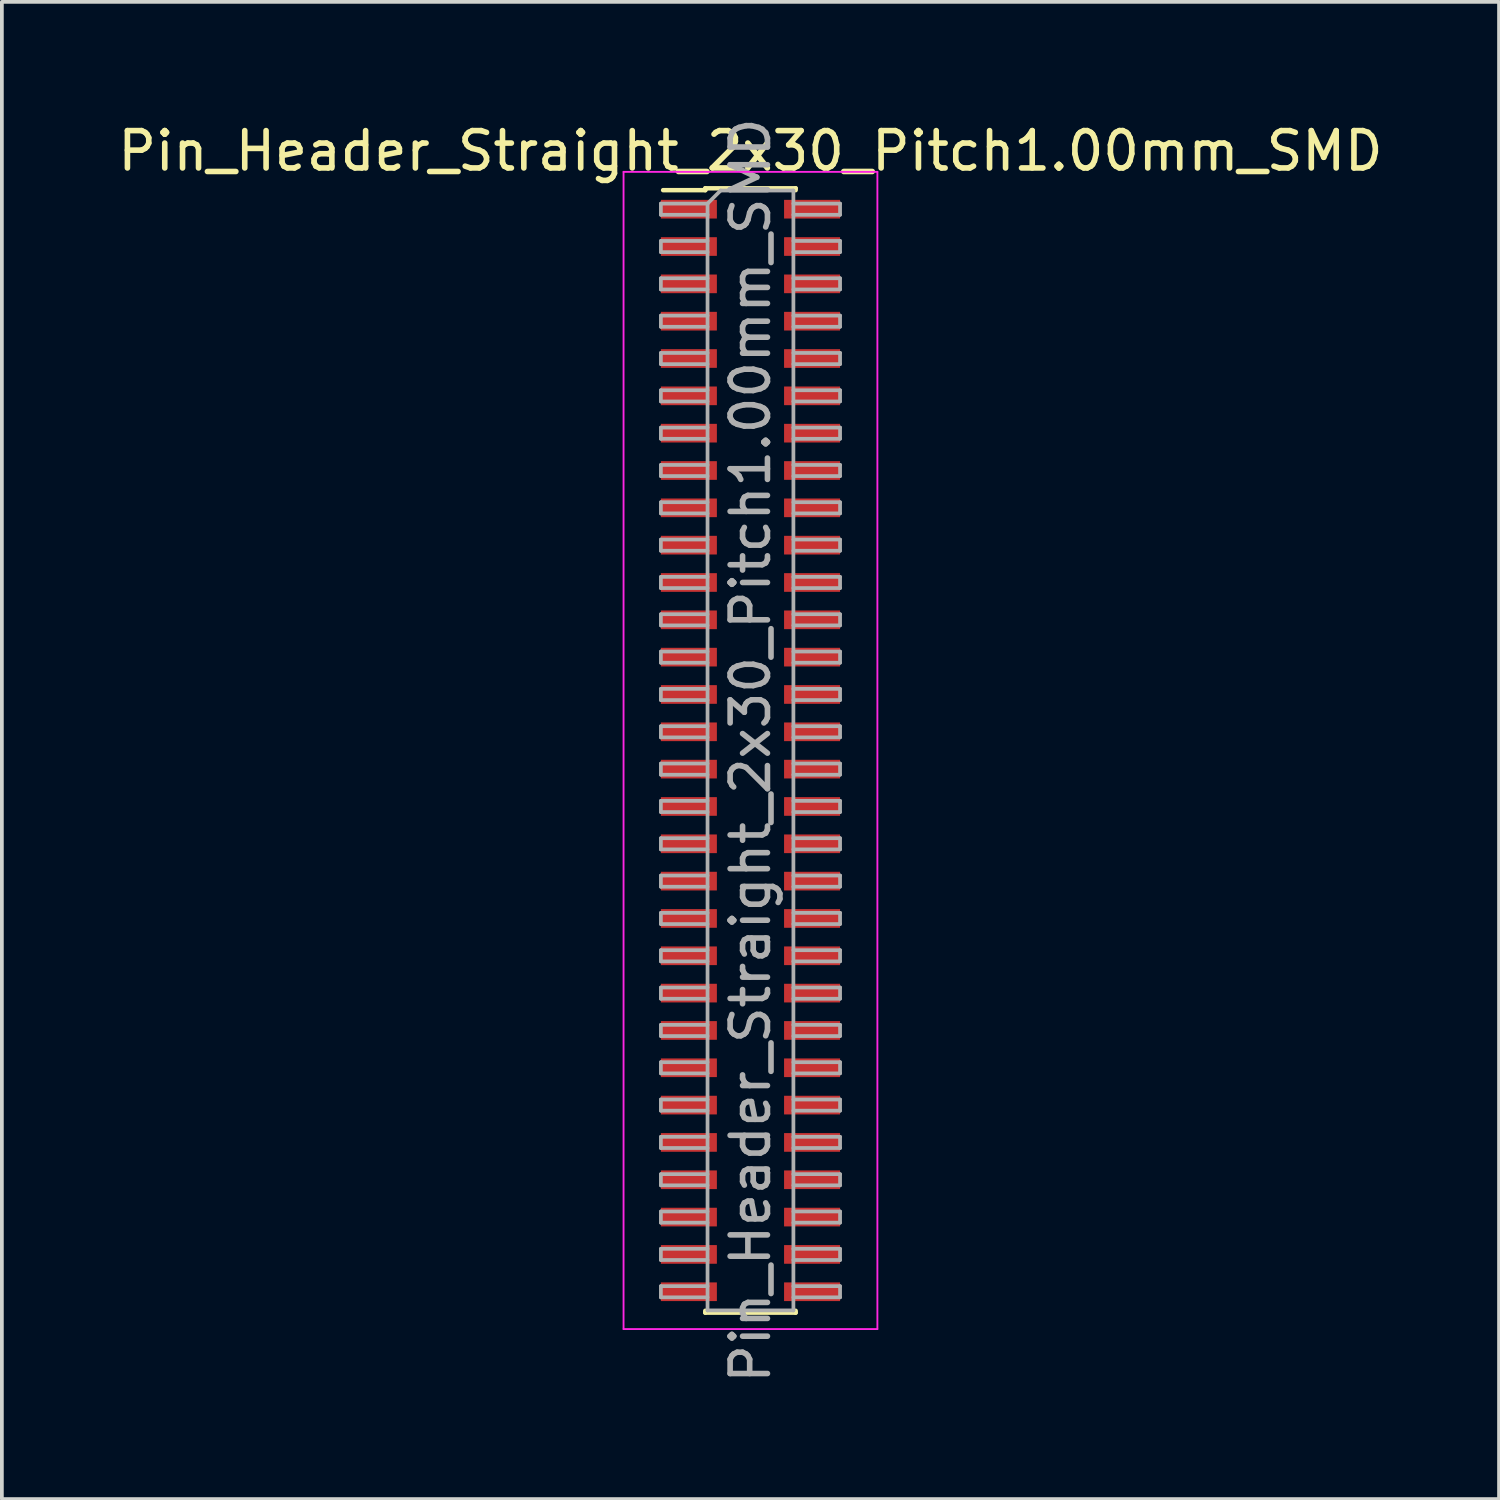
<source format=kicad_pcb>
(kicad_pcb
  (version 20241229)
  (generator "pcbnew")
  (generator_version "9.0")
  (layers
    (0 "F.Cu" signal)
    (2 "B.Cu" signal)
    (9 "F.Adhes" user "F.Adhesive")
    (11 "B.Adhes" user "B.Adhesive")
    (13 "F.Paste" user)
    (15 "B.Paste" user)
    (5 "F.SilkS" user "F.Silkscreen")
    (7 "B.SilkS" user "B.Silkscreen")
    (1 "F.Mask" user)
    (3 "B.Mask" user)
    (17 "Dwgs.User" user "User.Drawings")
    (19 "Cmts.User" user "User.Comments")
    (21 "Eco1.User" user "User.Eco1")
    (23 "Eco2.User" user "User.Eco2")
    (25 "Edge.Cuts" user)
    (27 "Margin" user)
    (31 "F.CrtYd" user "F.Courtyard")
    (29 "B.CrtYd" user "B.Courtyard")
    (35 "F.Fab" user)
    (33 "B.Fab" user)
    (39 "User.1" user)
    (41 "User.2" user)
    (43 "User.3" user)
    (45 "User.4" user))
  (footprint "Pin_Header_Straight_2x30_Pitch1.00mm_SMD"
    (layer "F.Cu")
    (at 17.054 17.054)
    (property "Reference" "Pin_Header_Straight_2x30_Pitch1.00mm_SMD" (at 0 -16.06 0) (layer "F.SilkS") (effects (font (size 1 1) (thickness 0.15))))
    (attr smd)
    (fp_line (start -2.34 -15.01) (end -1.21 -15.01) (stroke (width 0.12) (type solid)) (layer "F.SilkS"))
    (fp_line (start -1.21 -15.06) (end -1.21 -15.01) (stroke (width 0.12) (type solid)) (layer "F.SilkS"))
    (fp_line (start -1.21 -15.06) (end 1.21 -15.06) (stroke (width 0.12) (type solid)) (layer "F.SilkS"))
    (fp_line (start -1.21 15.01) (end -1.21 15.06) (stroke (width 0.12) (type solid)) (layer "F.SilkS"))
    (fp_line (start -1.21 15.06) (end 1.21 15.06) (stroke (width 0.12) (type solid)) (layer "F.SilkS"))
    (fp_line (start 1.21 -15.06) (end 1.21 -15.01) (stroke (width 0.12) (type solid)) (layer "F.SilkS"))
    (fp_line (start 1.21 15.01) (end 1.21 15.06) (stroke (width 0.12) (type solid)) (layer "F.SilkS"))
    (fp_line (start -3.4 -15.5) (end -3.4 15.5) (stroke (width 0.05) (type solid)) (layer "F.CrtYd"))
    (fp_line (start -3.4 15.5) (end 3.4 15.5) (stroke (width 0.05) (type solid)) (layer "F.CrtYd"))
    (fp_line (start 3.4 -15.5) (end -3.4 -15.5) (stroke (width 0.05) (type solid)) (layer "F.CrtYd"))
    (fp_line (start 3.4 15.5) (end 3.4 -15.5) (stroke (width 0.05) (type solid)) (layer "F.CrtYd"))
    (fp_line (start -2.4 -14.65) (end -2.4 -14.35) (stroke (width 0.1) (type solid)) (layer "F.Fab"))
    (fp_line (start -2.4 -14.35) (end -1.15 -14.35) (stroke (width 0.1) (type solid)) (layer "F.Fab"))
    (fp_line (start -2.4 -13.65) (end -2.4 -13.35) (stroke (width 0.1) (type solid)) (layer "F.Fab"))
    (fp_line (start -2.4 -13.35) (end -1.15 -13.35) (stroke (width 0.1) (type solid)) (layer "F.Fab"))
    (fp_line (start -2.4 -12.65) (end -2.4 -12.35) (stroke (width 0.1) (type solid)) (layer "F.Fab"))
    (fp_line (start -2.4 -12.35) (end -1.15 -12.35) (stroke (width 0.1) (type solid)) (layer "F.Fab"))
    (fp_line (start -2.4 -11.65) (end -2.4 -11.35) (stroke (width 0.1) (type solid)) (layer "F.Fab"))
    (fp_line (start -2.4 -11.35) (end -1.15 -11.35) (stroke (width 0.1) (type solid)) (layer "F.Fab"))
    (fp_line (start -2.4 -10.65) (end -2.4 -10.35) (stroke (width 0.1) (type solid)) (layer "F.Fab"))
    (fp_line (start -2.4 -10.35) (end -1.15 -10.35) (stroke (width 0.1) (type solid)) (layer "F.Fab"))
    (fp_line (start -2.4 -9.65) (end -2.4 -9.35) (stroke (width 0.1) (type solid)) (layer "F.Fab"))
    (fp_line (start -2.4 -9.35) (end -1.15 -9.35) (stroke (width 0.1) (type solid)) (layer "F.Fab"))
    (fp_line (start -2.4 -8.65) (end -2.4 -8.35) (stroke (width 0.1) (type solid)) (layer "F.Fab"))
    (fp_line (start -2.4 -8.35) (end -1.15 -8.35) (stroke (width 0.1) (type solid)) (layer "F.Fab"))
    (fp_line (start -2.4 -7.65) (end -2.4 -7.35) (stroke (width 0.1) (type solid)) (layer "F.Fab"))
    (fp_line (start -2.4 -7.35) (end -1.15 -7.35) (stroke (width 0.1) (type solid)) (layer "F.Fab"))
    (fp_line (start -2.4 -6.65) (end -2.4 -6.35) (stroke (width 0.1) (type solid)) (layer "F.Fab"))
    (fp_line (start -2.4 -6.35) (end -1.15 -6.35) (stroke (width 0.1) (type solid)) (layer "F.Fab"))
    (fp_line (start -2.4 -5.65) (end -2.4 -5.35) (stroke (width 0.1) (type solid)) (layer "F.Fab"))
    (fp_line (start -2.4 -5.35) (end -1.15 -5.35) (stroke (width 0.1) (type solid)) (layer "F.Fab"))
    (fp_line (start -2.4 -4.65) (end -2.4 -4.35) (stroke (width 0.1) (type solid)) (layer "F.Fab"))
    (fp_line (start -2.4 -4.35) (end -1.15 -4.35) (stroke (width 0.1) (type solid)) (layer "F.Fab"))
    (fp_line (start -2.4 -3.65) (end -2.4 -3.35) (stroke (width 0.1) (type solid)) (layer "F.Fab"))
    (fp_line (start -2.4 -3.35) (end -1.15 -3.35) (stroke (width 0.1) (type solid)) (layer "F.Fab"))
    (fp_line (start -2.4 -2.65) (end -2.4 -2.35) (stroke (width 0.1) (type solid)) (layer "F.Fab"))
    (fp_line (start -2.4 -2.35) (end -1.15 -2.35) (stroke (width 0.1) (type solid)) (layer "F.Fab"))
    (fp_line (start -2.4 -1.65) (end -2.4 -1.35) (stroke (width 0.1) (type solid)) (layer "F.Fab"))
    (fp_line (start -2.4 -1.35) (end -1.15 -1.35) (stroke (width 0.1) (type solid)) (layer "F.Fab"))
    (fp_line (start -2.4 -0.65) (end -2.4 -0.35) (stroke (width 0.1) (type solid)) (layer "F.Fab"))
    (fp_line (start -2.4 -0.35) (end -1.15 -0.35) (stroke (width 0.1) (type solid)) (layer "F.Fab"))
    (fp_line (start -2.4 0.35) (end -2.4 0.65) (stroke (width 0.1) (type solid)) (layer "F.Fab"))
    (fp_line (start -2.4 0.65) (end -1.15 0.65) (stroke (width 0.1) (type solid)) (layer "F.Fab"))
    (fp_line (start -2.4 1.35) (end -2.4 1.65) (stroke (width 0.1) (type solid)) (layer "F.Fab"))
    (fp_line (start -2.4 1.65) (end -1.15 1.65) (stroke (width 0.1) (type solid)) (layer "F.Fab"))
    (fp_line (start -2.4 2.35) (end -2.4 2.65) (stroke (width 0.1) (type solid)) (layer "F.Fab"))
    (fp_line (start -2.4 2.65) (end -1.15 2.65) (stroke (width 0.1) (type solid)) (layer "F.Fab"))
    (fp_line (start -2.4 3.35) (end -2.4 3.65) (stroke (width 0.1) (type solid)) (layer "F.Fab"))
    (fp_line (start -2.4 3.65) (end -1.15 3.65) (stroke (width 0.1) (type solid)) (layer "F.Fab"))
    (fp_line (start -2.4 4.35) (end -2.4 4.65) (stroke (width 0.1) (type solid)) (layer "F.Fab"))
    (fp_line (start -2.4 4.65) (end -1.15 4.65) (stroke (width 0.1) (type solid)) (layer "F.Fab"))
    (fp_line (start -2.4 5.35) (end -2.4 5.65) (stroke (width 0.1) (type solid)) (layer "F.Fab"))
    (fp_line (start -2.4 5.65) (end -1.15 5.65) (stroke (width 0.1) (type solid)) (layer "F.Fab"))
    (fp_line (start -2.4 6.35) (end -2.4 6.65) (stroke (width 0.1) (type solid)) (layer "F.Fab"))
    (fp_line (start -2.4 6.65) (end -1.15 6.65) (stroke (width 0.1) (type solid)) (layer "F.Fab"))
    (fp_line (start -2.4 7.35) (end -2.4 7.65) (stroke (width 0.1) (type solid)) (layer "F.Fab"))
    (fp_line (start -2.4 7.65) (end -1.15 7.65) (stroke (width 0.1) (type solid)) (layer "F.Fab"))
    (fp_line (start -2.4 8.35) (end -2.4 8.65) (stroke (width 0.1) (type solid)) (layer "F.Fab"))
    (fp_line (start -2.4 8.65) (end -1.15 8.65) (stroke (width 0.1) (type solid)) (layer "F.Fab"))
    (fp_line (start -2.4 9.35) (end -2.4 9.65) (stroke (width 0.1) (type solid)) (layer "F.Fab"))
    (fp_line (start -2.4 9.65) (end -1.15 9.65) (stroke (width 0.1) (type solid)) (layer "F.Fab"))
    (fp_line (start -2.4 10.35) (end -2.4 10.65) (stroke (width 0.1) (type solid)) (layer "F.Fab"))
    (fp_line (start -2.4 10.65) (end -1.15 10.65) (stroke (width 0.1) (type solid)) (layer "F.Fab"))
    (fp_line (start -2.4 11.35) (end -2.4 11.65) (stroke (width 0.1) (type solid)) (layer "F.Fab"))
    (fp_line (start -2.4 11.65) (end -1.15 11.65) (stroke (width 0.1) (type solid)) (layer "F.Fab"))
    (fp_line (start -2.4 12.35) (end -2.4 12.65) (stroke (width 0.1) (type solid)) (layer "F.Fab"))
    (fp_line (start -2.4 12.65) (end -1.15 12.65) (stroke (width 0.1) (type solid)) (layer "F.Fab"))
    (fp_line (start -2.4 13.35) (end -2.4 13.65) (stroke (width 0.1) (type solid)) (layer "F.Fab"))
    (fp_line (start -2.4 13.65) (end -1.15 13.65) (stroke (width 0.1) (type solid)) (layer "F.Fab"))
    (fp_line (start -2.4 14.35) (end -2.4 14.65) (stroke (width 0.1) (type solid)) (layer "F.Fab"))
    (fp_line (start -2.4 14.65) (end -1.15 14.65) (stroke (width 0.1) (type solid)) (layer "F.Fab"))
    (fp_line (start -1.15 -14.65) (end -2.4 -14.65) (stroke (width 0.1) (type solid)) (layer "F.Fab"))
    (fp_line (start -1.15 -14.65) (end -0.8 -15) (stroke (width 0.1) (type solid)) (layer "F.Fab"))
    (fp_line (start -1.15 -13.65) (end -2.4 -13.65) (stroke (width 0.1) (type solid)) (layer "F.Fab"))
    (fp_line (start -1.15 -12.65) (end -2.4 -12.65) (stroke (width 0.1) (type solid)) (layer "F.Fab"))
    (fp_line (start -1.15 -11.65) (end -2.4 -11.65) (stroke (width 0.1) (type solid)) (layer "F.Fab"))
    (fp_line (start -1.15 -10.65) (end -2.4 -10.65) (stroke (width 0.1) (type solid)) (layer "F.Fab"))
    (fp_line (start -1.15 -9.65) (end -2.4 -9.65) (stroke (width 0.1) (type solid)) (layer "F.Fab"))
    (fp_line (start -1.15 -8.65) (end -2.4 -8.65) (stroke (width 0.1) (type solid)) (layer "F.Fab"))
    (fp_line (start -1.15 -7.65) (end -2.4 -7.65) (stroke (width 0.1) (type solid)) (layer "F.Fab"))
    (fp_line (start -1.15 -6.65) (end -2.4 -6.65) (stroke (width 0.1) (type solid)) (layer "F.Fab"))
    (fp_line (start -1.15 -5.65) (end -2.4 -5.65) (stroke (width 0.1) (type solid)) (layer "F.Fab"))
    (fp_line (start -1.15 -4.65) (end -2.4 -4.65) (stroke (width 0.1) (type solid)) (layer "F.Fab"))
    (fp_line (start -1.15 -3.65) (end -2.4 -3.65) (stroke (width 0.1) (type solid)) (layer "F.Fab"))
    (fp_line (start -1.15 -2.65) (end -2.4 -2.65) (stroke (width 0.1) (type solid)) (layer "F.Fab"))
    (fp_line (start -1.15 -1.65) (end -2.4 -1.65) (stroke (width 0.1) (type solid)) (layer "F.Fab"))
    (fp_line (start -1.15 -0.65) (end -2.4 -0.65) (stroke (width 0.1) (type solid)) (layer "F.Fab"))
    (fp_line (start -1.15 0.35) (end -2.4 0.35) (stroke (width 0.1) (type solid)) (layer "F.Fab"))
    (fp_line (start -1.15 1.35) (end -2.4 1.35) (stroke (width 0.1) (type solid)) (layer "F.Fab"))
    (fp_line (start -1.15 2.35) (end -2.4 2.35) (stroke (width 0.1) (type solid)) (layer "F.Fab"))
    (fp_line (start -1.15 3.35) (end -2.4 3.35) (stroke (width 0.1) (type solid)) (layer "F.Fab"))
    (fp_line (start -1.15 4.35) (end -2.4 4.35) (stroke (width 0.1) (type solid)) (layer "F.Fab"))
    (fp_line (start -1.15 5.35) (end -2.4 5.35) (stroke (width 0.1) (type solid)) (layer "F.Fab"))
    (fp_line (start -1.15 6.35) (end -2.4 6.35) (stroke (width 0.1) (type solid)) (layer "F.Fab"))
    (fp_line (start -1.15 7.35) (end -2.4 7.35) (stroke (width 0.1) (type solid)) (layer "F.Fab"))
    (fp_line (start -1.15 8.35) (end -2.4 8.35) (stroke (width 0.1) (type solid)) (layer "F.Fab"))
    (fp_line (start -1.15 9.35) (end -2.4 9.35) (stroke (width 0.1) (type solid)) (layer "F.Fab"))
    (fp_line (start -1.15 10.35) (end -2.4 10.35) (stroke (width 0.1) (type solid)) (layer "F.Fab"))
    (fp_line (start -1.15 11.35) (end -2.4 11.35) (stroke (width 0.1) (type solid)) (layer "F.Fab"))
    (fp_line (start -1.15 12.35) (end -2.4 12.35) (stroke (width 0.1) (type solid)) (layer "F.Fab"))
    (fp_line (start -1.15 13.35) (end -2.4 13.35) (stroke (width 0.1) (type solid)) (layer "F.Fab"))
    (fp_line (start -1.15 14.35) (end -2.4 14.35) (stroke (width 0.1) (type solid)) (layer "F.Fab"))
    (fp_line (start -1.15 15) (end -1.15 -14.65) (stroke (width 0.1) (type solid)) (layer "F.Fab"))
    (fp_line (start -0.8 -15) (end 1.15 -15) (stroke (width 0.1) (type solid)) (layer "F.Fab"))
    (fp_line (start 1.15 -15) (end 1.15 15) (stroke (width 0.1) (type solid)) (layer "F.Fab"))
    (fp_line (start 1.15 -14.65) (end 2.4 -14.65) (stroke (width 0.1) (type solid)) (layer "F.Fab"))
    (fp_line (start 1.15 -13.65) (end 2.4 -13.65) (stroke (width 0.1) (type solid)) (layer "F.Fab"))
    (fp_line (start 1.15 -12.65) (end 2.4 -12.65) (stroke (width 0.1) (type solid)) (layer "F.Fab"))
    (fp_line (start 1.15 -11.65) (end 2.4 -11.65) (stroke (width 0.1) (type solid)) (layer "F.Fab"))
    (fp_line (start 1.15 -10.65) (end 2.4 -10.65) (stroke (width 0.1) (type solid)) (layer "F.Fab"))
    (fp_line (start 1.15 -9.65) (end 2.4 -9.65) (stroke (width 0.1) (type solid)) (layer "F.Fab"))
    (fp_line (start 1.15 -8.65) (end 2.4 -8.65) (stroke (width 0.1) (type solid)) (layer "F.Fab"))
    (fp_line (start 1.15 -7.65) (end 2.4 -7.65) (stroke (width 0.1) (type solid)) (layer "F.Fab"))
    (fp_line (start 1.15 -6.65) (end 2.4 -6.65) (stroke (width 0.1) (type solid)) (layer "F.Fab"))
    (fp_line (start 1.15 -5.65) (end 2.4 -5.65) (stroke (width 0.1) (type solid)) (layer "F.Fab"))
    (fp_line (start 1.15 -4.65) (end 2.4 -4.65) (stroke (width 0.1) (type solid)) (layer "F.Fab"))
    (fp_line (start 1.15 -3.65) (end 2.4 -3.65) (stroke (width 0.1) (type solid)) (layer "F.Fab"))
    (fp_line (start 1.15 -2.65) (end 2.4 -2.65) (stroke (width 0.1) (type solid)) (layer "F.Fab"))
    (fp_line (start 1.15 -1.65) (end 2.4 -1.65) (stroke (width 0.1) (type solid)) (layer "F.Fab"))
    (fp_line (start 1.15 -0.65) (end 2.4 -0.65) (stroke (width 0.1) (type solid)) (layer "F.Fab"))
    (fp_line (start 1.15 0.35) (end 2.4 0.35) (stroke (width 0.1) (type solid)) (layer "F.Fab"))
    (fp_line (start 1.15 1.35) (end 2.4 1.35) (stroke (width 0.1) (type solid)) (layer "F.Fab"))
    (fp_line (start 1.15 2.35) (end 2.4 2.35) (stroke (width 0.1) (type solid)) (layer "F.Fab"))
    (fp_line (start 1.15 3.35) (end 2.4 3.35) (stroke (width 0.1) (type solid)) (layer "F.Fab"))
    (fp_line (start 1.15 4.35) (end 2.4 4.35) (stroke (width 0.1) (type solid)) (layer "F.Fab"))
    (fp_line (start 1.15 5.35) (end 2.4 5.35) (stroke (width 0.1) (type solid)) (layer "F.Fab"))
    (fp_line (start 1.15 6.35) (end 2.4 6.35) (stroke (width 0.1) (type solid)) (layer "F.Fab"))
    (fp_line (start 1.15 7.35) (end 2.4 7.35) (stroke (width 0.1) (type solid)) (layer "F.Fab"))
    (fp_line (start 1.15 8.35) (end 2.4 8.35) (stroke (width 0.1) (type solid)) (layer "F.Fab"))
    (fp_line (start 1.15 9.35) (end 2.4 9.35) (stroke (width 0.1) (type solid)) (layer "F.Fab"))
    (fp_line (start 1.15 10.35) (end 2.4 10.35) (stroke (width 0.1) (type solid)) (layer "F.Fab"))
    (fp_line (start 1.15 11.35) (end 2.4 11.35) (stroke (width 0.1) (type solid)) (layer "F.Fab"))
    (fp_line (start 1.15 12.35) (end 2.4 12.35) (stroke (width 0.1) (type solid)) (layer "F.Fab"))
    (fp_line (start 1.15 13.35) (end 2.4 13.35) (stroke (width 0.1) (type solid)) (layer "F.Fab"))
    (fp_line (start 1.15 14.35) (end 2.4 14.35) (stroke (width 0.1) (type solid)) (layer "F.Fab"))
    (fp_line (start 1.15 15) (end -1.15 15) (stroke (width 0.1) (type solid)) (layer "F.Fab"))
    (fp_line (start 2.4 -14.65) (end 2.4 -14.35) (stroke (width 0.1) (type solid)) (layer "F.Fab"))
    (fp_line (start 2.4 -14.35) (end 1.15 -14.35) (stroke (width 0.1) (type solid)) (layer "F.Fab"))
    (fp_line (start 2.4 -13.65) (end 2.4 -13.35) (stroke (width 0.1) (type solid)) (layer "F.Fab"))
    (fp_line (start 2.4 -13.35) (end 1.15 -13.35) (stroke (width 0.1) (type solid)) (layer "F.Fab"))
    (fp_line (start 2.4 -12.65) (end 2.4 -12.35) (stroke (width 0.1) (type solid)) (layer "F.Fab"))
    (fp_line (start 2.4 -12.35) (end 1.15 -12.35) (stroke (width 0.1) (type solid)) (layer "F.Fab"))
    (fp_line (start 2.4 -11.65) (end 2.4 -11.35) (stroke (width 0.1) (type solid)) (layer "F.Fab"))
    (fp_line (start 2.4 -11.35) (end 1.15 -11.35) (stroke (width 0.1) (type solid)) (layer "F.Fab"))
    (fp_line (start 2.4 -10.65) (end 2.4 -10.35) (stroke (width 0.1) (type solid)) (layer "F.Fab"))
    (fp_line (start 2.4 -10.35) (end 1.15 -10.35) (stroke (width 0.1) (type solid)) (layer "F.Fab"))
    (fp_line (start 2.4 -9.65) (end 2.4 -9.35) (stroke (width 0.1) (type solid)) (layer "F.Fab"))
    (fp_line (start 2.4 -9.35) (end 1.15 -9.35) (stroke (width 0.1) (type solid)) (layer "F.Fab"))
    (fp_line (start 2.4 -8.65) (end 2.4 -8.35) (stroke (width 0.1) (type solid)) (layer "F.Fab"))
    (fp_line (start 2.4 -8.35) (end 1.15 -8.35) (stroke (width 0.1) (type solid)) (layer "F.Fab"))
    (fp_line (start 2.4 -7.65) (end 2.4 -7.35) (stroke (width 0.1) (type solid)) (layer "F.Fab"))
    (fp_line (start 2.4 -7.35) (end 1.15 -7.35) (stroke (width 0.1) (type solid)) (layer "F.Fab"))
    (fp_line (start 2.4 -6.65) (end 2.4 -6.35) (stroke (width 0.1) (type solid)) (layer "F.Fab"))
    (fp_line (start 2.4 -6.35) (end 1.15 -6.35) (stroke (width 0.1) (type solid)) (layer "F.Fab"))
    (fp_line (start 2.4 -5.65) (end 2.4 -5.35) (stroke (width 0.1) (type solid)) (layer "F.Fab"))
    (fp_line (start 2.4 -5.35) (end 1.15 -5.35) (stroke (width 0.1) (type solid)) (layer "F.Fab"))
    (fp_line (start 2.4 -4.65) (end 2.4 -4.35) (stroke (width 0.1) (type solid)) (layer "F.Fab"))
    (fp_line (start 2.4 -4.35) (end 1.15 -4.35) (stroke (width 0.1) (type solid)) (layer "F.Fab"))
    (fp_line (start 2.4 -3.65) (end 2.4 -3.35) (stroke (width 0.1) (type solid)) (layer "F.Fab"))
    (fp_line (start 2.4 -3.35) (end 1.15 -3.35) (stroke (width 0.1) (type solid)) (layer "F.Fab"))
    (fp_line (start 2.4 -2.65) (end 2.4 -2.35) (stroke (width 0.1) (type solid)) (layer "F.Fab"))
    (fp_line (start 2.4 -2.35) (end 1.15 -2.35) (stroke (width 0.1) (type solid)) (layer "F.Fab"))
    (fp_line (start 2.4 -1.65) (end 2.4 -1.35) (stroke (width 0.1) (type solid)) (layer "F.Fab"))
    (fp_line (start 2.4 -1.35) (end 1.15 -1.35) (stroke (width 0.1) (type solid)) (layer "F.Fab"))
    (fp_line (start 2.4 -0.65) (end 2.4 -0.35) (stroke (width 0.1) (type solid)) (layer "F.Fab"))
    (fp_line (start 2.4 -0.35) (end 1.15 -0.35) (stroke (width 0.1) (type solid)) (layer "F.Fab"))
    (fp_line (start 2.4 0.35) (end 2.4 0.65) (stroke (width 0.1) (type solid)) (layer "F.Fab"))
    (fp_line (start 2.4 0.65) (end 1.15 0.65) (stroke (width 0.1) (type solid)) (layer "F.Fab"))
    (fp_line (start 2.4 1.35) (end 2.4 1.65) (stroke (width 0.1) (type solid)) (layer "F.Fab"))
    (fp_line (start 2.4 1.65) (end 1.15 1.65) (stroke (width 0.1) (type solid)) (layer "F.Fab"))
    (fp_line (start 2.4 2.35) (end 2.4 2.65) (stroke (width 0.1) (type solid)) (layer "F.Fab"))
    (fp_line (start 2.4 2.65) (end 1.15 2.65) (stroke (width 0.1) (type solid)) (layer "F.Fab"))
    (fp_line (start 2.4 3.35) (end 2.4 3.65) (stroke (width 0.1) (type solid)) (layer "F.Fab"))
    (fp_line (start 2.4 3.65) (end 1.15 3.65) (stroke (width 0.1) (type solid)) (layer "F.Fab"))
    (fp_line (start 2.4 4.35) (end 2.4 4.65) (stroke (width 0.1) (type solid)) (layer "F.Fab"))
    (fp_line (start 2.4 4.65) (end 1.15 4.65) (stroke (width 0.1) (type solid)) (layer "F.Fab"))
    (fp_line (start 2.4 5.35) (end 2.4 5.65) (stroke (width 0.1) (type solid)) (layer "F.Fab"))
    (fp_line (start 2.4 5.65) (end 1.15 5.65) (stroke (width 0.1) (type solid)) (layer "F.Fab"))
    (fp_line (start 2.4 6.35) (end 2.4 6.65) (stroke (width 0.1) (type solid)) (layer "F.Fab"))
    (fp_line (start 2.4 6.65) (end 1.15 6.65) (stroke (width 0.1) (type solid)) (layer "F.Fab"))
    (fp_line (start 2.4 7.35) (end 2.4 7.65) (stroke (width 0.1) (type solid)) (layer "F.Fab"))
    (fp_line (start 2.4 7.65) (end 1.15 7.65) (stroke (width 0.1) (type solid)) (layer "F.Fab"))
    (fp_line (start 2.4 8.35) (end 2.4 8.65) (stroke (width 0.1) (type solid)) (layer "F.Fab"))
    (fp_line (start 2.4 8.65) (end 1.15 8.65) (stroke (width 0.1) (type solid)) (layer "F.Fab"))
    (fp_line (start 2.4 9.35) (end 2.4 9.65) (stroke (width 0.1) (type solid)) (layer "F.Fab"))
    (fp_line (start 2.4 9.65) (end 1.15 9.65) (stroke (width 0.1) (type solid)) (layer "F.Fab"))
    (fp_line (start 2.4 10.35) (end 2.4 10.65) (stroke (width 0.1) (type solid)) (layer "F.Fab"))
    (fp_line (start 2.4 10.65) (end 1.15 10.65) (stroke (width 0.1) (type solid)) (layer "F.Fab"))
    (fp_line (start 2.4 11.35) (end 2.4 11.65) (stroke (width 0.1) (type solid)) (layer "F.Fab"))
    (fp_line (start 2.4 11.65) (end 1.15 11.65) (stroke (width 0.1) (type solid)) (layer "F.Fab"))
    (fp_line (start 2.4 12.35) (end 2.4 12.65) (stroke (width 0.1) (type solid)) (layer "F.Fab"))
    (fp_line (start 2.4 12.65) (end 1.15 12.65) (stroke (width 0.1) (type solid)) (layer "F.Fab"))
    (fp_line (start 2.4 13.35) (end 2.4 13.65) (stroke (width 0.1) (type solid)) (layer "F.Fab"))
    (fp_line (start 2.4 13.65) (end 1.15 13.65) (stroke (width 0.1) (type solid)) (layer "F.Fab"))
    (fp_line (start 2.4 14.35) (end 2.4 14.65) (stroke (width 0.1) (type solid)) (layer "F.Fab"))
    (fp_line (start 2.4 14.65) (end 1.15 14.65) (stroke (width 0.1) (type solid)) (layer "F.Fab"))
    (fp_text user "${REFERENCE}" (at 0 0 90) (layer "F.Fab") (effects (font (size 1 1) (thickness 0.15))))
    (pad "1" smd rect (at -1.65 -14.5) (size 1.5 0.5) (layers "F.Cu" "F.Mask" "F.Paste"))
    (pad "2" smd rect (at 1.65 -14.5) (size 1.5 0.5) (layers "F.Cu" "F.Mask" "F.Paste"))
    (pad "3" smd rect (at -1.65 -13.5) (size 1.5 0.5) (layers "F.Cu" "F.Mask" "F.Paste"))
    (pad "4" smd rect (at 1.65 -13.5) (size 1.5 0.5) (layers "F.Cu" "F.Mask" "F.Paste"))
    (pad "5" smd rect (at -1.65 -12.5) (size 1.5 0.5) (layers "F.Cu" "F.Mask" "F.Paste"))
    (pad "6" smd rect (at 1.65 -12.5) (size 1.5 0.5) (layers "F.Cu" "F.Mask" "F.Paste"))
    (pad "7" smd rect (at -1.65 -11.5) (size 1.5 0.5) (layers "F.Cu" "F.Mask" "F.Paste"))
    (pad "8" smd rect (at 1.65 -11.5) (size 1.5 0.5) (layers "F.Cu" "F.Mask" "F.Paste"))
    (pad "9" smd rect (at -1.65 -10.5) (size 1.5 0.5) (layers "F.Cu" "F.Mask" "F.Paste"))
    (pad "10" smd rect (at 1.65 -10.5) (size 1.5 0.5) (layers "F.Cu" "F.Mask" "F.Paste"))
    (pad "11" smd rect (at -1.65 -9.5) (size 1.5 0.5) (layers "F.Cu" "F.Mask" "F.Paste"))
    (pad "12" smd rect (at 1.65 -9.5) (size 1.5 0.5) (layers "F.Cu" "F.Mask" "F.Paste"))
    (pad "13" smd rect (at -1.65 -8.5) (size 1.5 0.5) (layers "F.Cu" "F.Mask" "F.Paste"))
    (pad "14" smd rect (at 1.65 -8.5) (size 1.5 0.5) (layers "F.Cu" "F.Mask" "F.Paste"))
    (pad "15" smd rect (at -1.65 -7.5) (size 1.5 0.5) (layers "F.Cu" "F.Mask" "F.Paste"))
    (pad "16" smd rect (at 1.65 -7.5) (size 1.5 0.5) (layers "F.Cu" "F.Mask" "F.Paste"))
    (pad "17" smd rect (at -1.65 -6.5) (size 1.5 0.5) (layers "F.Cu" "F.Mask" "F.Paste"))
    (pad "18" smd rect (at 1.65 -6.5) (size 1.5 0.5) (layers "F.Cu" "F.Mask" "F.Paste"))
    (pad "19" smd rect (at -1.65 -5.5) (size 1.5 0.5) (layers "F.Cu" "F.Mask" "F.Paste"))
    (pad "20" smd rect (at 1.65 -5.5) (size 1.5 0.5) (layers "F.Cu" "F.Mask" "F.Paste"))
    (pad "21" smd rect (at -1.65 -4.5) (size 1.5 0.5) (layers "F.Cu" "F.Mask" "F.Paste"))
    (pad "22" smd rect (at 1.65 -4.5) (size 1.5 0.5) (layers "F.Cu" "F.Mask" "F.Paste"))
    (pad "23" smd rect (at -1.65 -3.5) (size 1.5 0.5) (layers "F.Cu" "F.Mask" "F.Paste"))
    (pad "24" smd rect (at 1.65 -3.5) (size 1.5 0.5) (layers "F.Cu" "F.Mask" "F.Paste"))
    (pad "25" smd rect (at -1.65 -2.5) (size 1.5 0.5) (layers "F.Cu" "F.Mask" "F.Paste"))
    (pad "26" smd rect (at 1.65 -2.5) (size 1.5 0.5) (layers "F.Cu" "F.Mask" "F.Paste"))
    (pad "27" smd rect (at -1.65 -1.5) (size 1.5 0.5) (layers "F.Cu" "F.Mask" "F.Paste"))
    (pad "28" smd rect (at 1.65 -1.5) (size 1.5 0.5) (layers "F.Cu" "F.Mask" "F.Paste"))
    (pad "29" smd rect (at -1.65 -0.5) (size 1.5 0.5) (layers "F.Cu" "F.Mask" "F.Paste"))
    (pad "30" smd rect (at 1.65 -0.5) (size 1.5 0.5) (layers "F.Cu" "F.Mask" "F.Paste"))
    (pad "31" smd rect (at -1.65 0.5) (size 1.5 0.5) (layers "F.Cu" "F.Mask" "F.Paste"))
    (pad "32" smd rect (at 1.65 0.5) (size 1.5 0.5) (layers "F.Cu" "F.Mask" "F.Paste"))
    (pad "33" smd rect (at -1.65 1.5) (size 1.5 0.5) (layers "F.Cu" "F.Mask" "F.Paste"))
    (pad "34" smd rect (at 1.65 1.5) (size 1.5 0.5) (layers "F.Cu" "F.Mask" "F.Paste"))
    (pad "35" smd rect (at -1.65 2.5) (size 1.5 0.5) (layers "F.Cu" "F.Mask" "F.Paste"))
    (pad "36" smd rect (at 1.65 2.5) (size 1.5 0.5) (layers "F.Cu" "F.Mask" "F.Paste"))
    (pad "37" smd rect (at -1.65 3.5) (size 1.5 0.5) (layers "F.Cu" "F.Mask" "F.Paste"))
    (pad "38" smd rect (at 1.65 3.5) (size 1.5 0.5) (layers "F.Cu" "F.Mask" "F.Paste"))
    (pad "39" smd rect (at -1.65 4.5) (size 1.5 0.5) (layers "F.Cu" "F.Mask" "F.Paste"))
    (pad "40" smd rect (at 1.65 4.5) (size 1.5 0.5) (layers "F.Cu" "F.Mask" "F.Paste"))
    (pad "41" smd rect (at -1.65 5.5) (size 1.5 0.5) (layers "F.Cu" "F.Mask" "F.Paste"))
    (pad "42" smd rect (at 1.65 5.5) (size 1.5 0.5) (layers "F.Cu" "F.Mask" "F.Paste"))
    (pad "43" smd rect (at -1.65 6.5) (size 1.5 0.5) (layers "F.Cu" "F.Mask" "F.Paste"))
    (pad "44" smd rect (at 1.65 6.5) (size 1.5 0.5) (layers "F.Cu" "F.Mask" "F.Paste"))
    (pad "45" smd rect (at -1.65 7.5) (size 1.5 0.5) (layers "F.Cu" "F.Mask" "F.Paste"))
    (pad "46" smd rect (at 1.65 7.5) (size 1.5 0.5) (layers "F.Cu" "F.Mask" "F.Paste"))
    (pad "47" smd rect (at -1.65 8.5) (size 1.5 0.5) (layers "F.Cu" "F.Mask" "F.Paste"))
    (pad "48" smd rect (at 1.65 8.5) (size 1.5 0.5) (layers "F.Cu" "F.Mask" "F.Paste"))
    (pad "49" smd rect (at -1.65 9.5) (size 1.5 0.5) (layers "F.Cu" "F.Mask" "F.Paste"))
    (pad "50" smd rect (at 1.65 9.5) (size 1.5 0.5) (layers "F.Cu" "F.Mask" "F.Paste"))
    (pad "51" smd rect (at -1.65 10.5) (size 1.5 0.5) (layers "F.Cu" "F.Mask" "F.Paste"))
    (pad "52" smd rect (at 1.65 10.5) (size 1.5 0.5) (layers "F.Cu" "F.Mask" "F.Paste"))
    (pad "53" smd rect (at -1.65 11.5) (size 1.5 0.5) (layers "F.Cu" "F.Mask" "F.Paste"))
    (pad "54" smd rect (at 1.65 11.5) (size 1.5 0.5) (layers "F.Cu" "F.Mask" "F.Paste"))
    (pad "55" smd rect (at -1.65 12.5) (size 1.5 0.5) (layers "F.Cu" "F.Mask" "F.Paste"))
    (pad "56" smd rect (at 1.65 12.5) (size 1.5 0.5) (layers "F.Cu" "F.Mask" "F.Paste"))
    (pad "57" smd rect (at -1.65 13.5) (size 1.5 0.5) (layers "F.Cu" "F.Mask" "F.Paste"))
    (pad "58" smd rect (at 1.65 13.5) (size 1.5 0.5) (layers "F.Cu" "F.Mask" "F.Paste"))
    (pad "59" smd rect (at -1.65 14.5) (size 1.5 0.5) (layers "F.Cu" "F.Mask" "F.Paste"))
    (pad "60" smd rect (at 1.65 14.5) (size 1.5 0.5) (layers "F.Cu" "F.Mask" "F.Paste")))
  (gr_rect
    (start -3 -3)
    (end 37.107 37.107)
    (stroke (width 0.1) (type default))
    (fill no)
    (layer "Edge.Cuts")))
</source>
